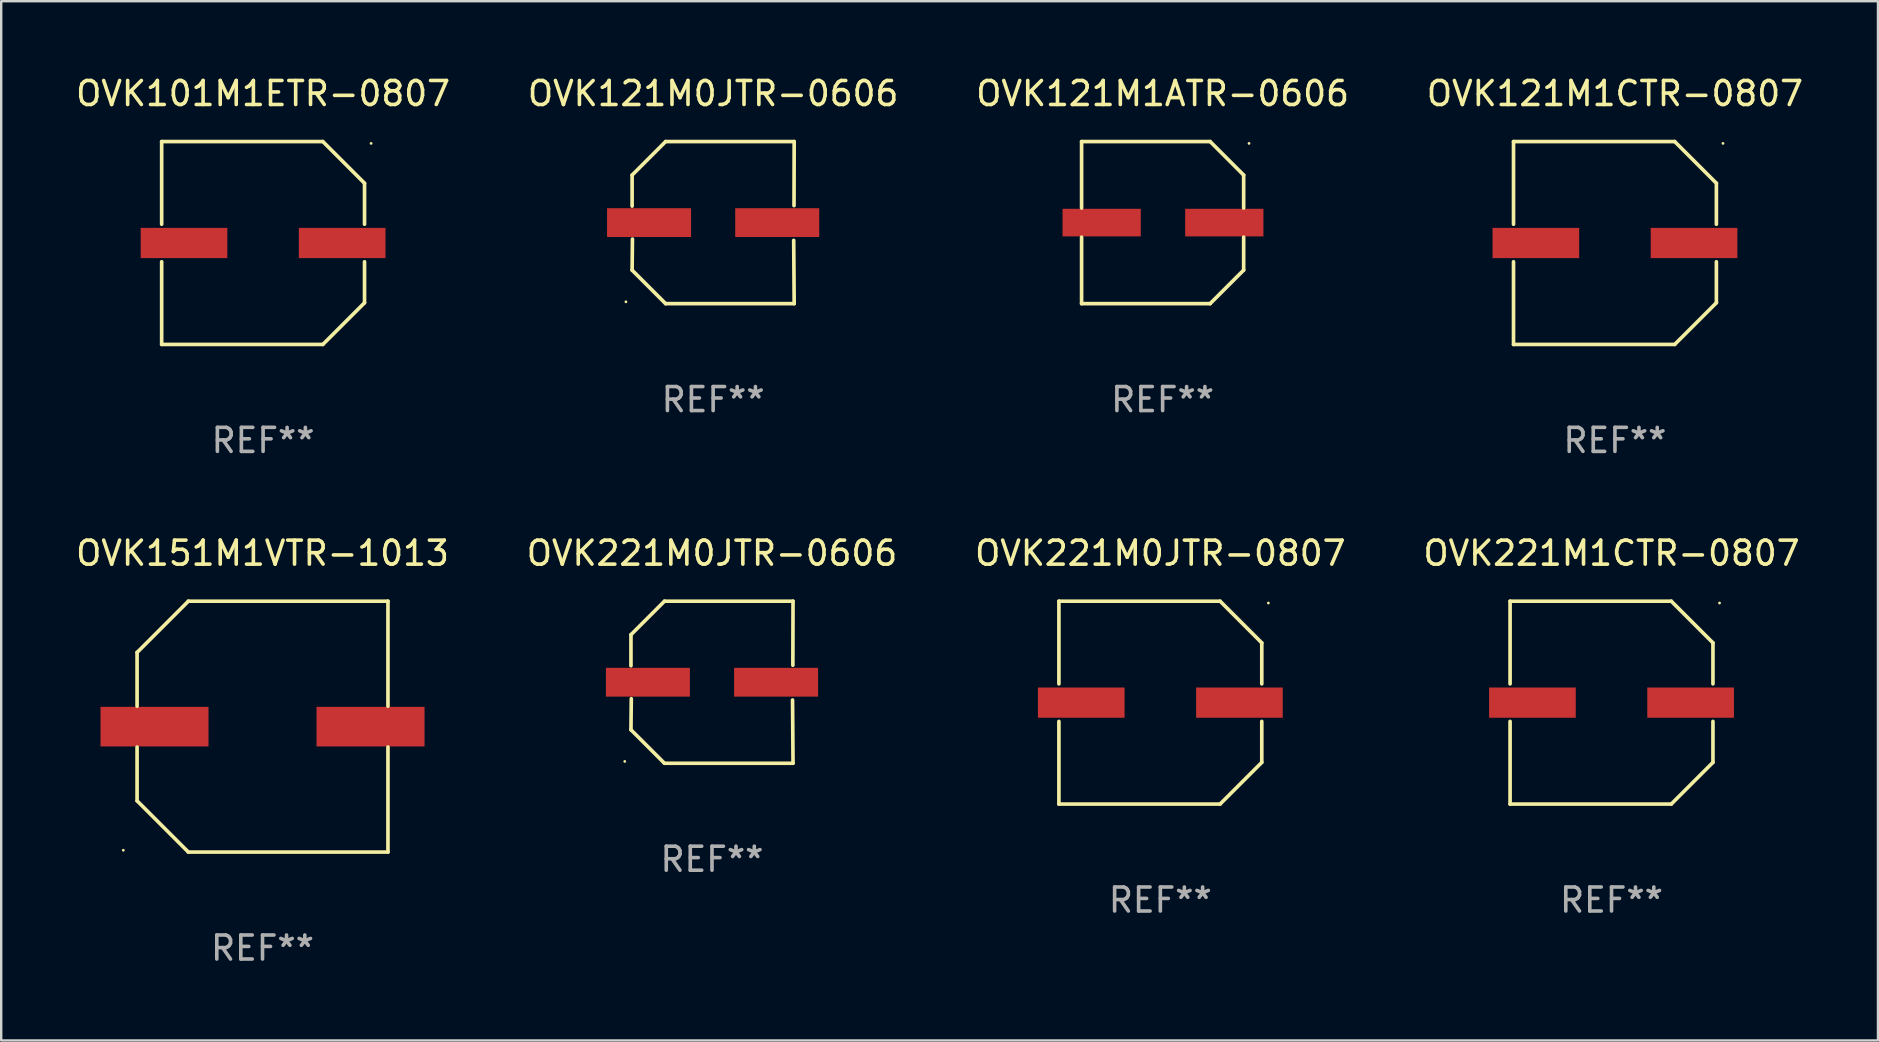
<source format=kicad_pcb>
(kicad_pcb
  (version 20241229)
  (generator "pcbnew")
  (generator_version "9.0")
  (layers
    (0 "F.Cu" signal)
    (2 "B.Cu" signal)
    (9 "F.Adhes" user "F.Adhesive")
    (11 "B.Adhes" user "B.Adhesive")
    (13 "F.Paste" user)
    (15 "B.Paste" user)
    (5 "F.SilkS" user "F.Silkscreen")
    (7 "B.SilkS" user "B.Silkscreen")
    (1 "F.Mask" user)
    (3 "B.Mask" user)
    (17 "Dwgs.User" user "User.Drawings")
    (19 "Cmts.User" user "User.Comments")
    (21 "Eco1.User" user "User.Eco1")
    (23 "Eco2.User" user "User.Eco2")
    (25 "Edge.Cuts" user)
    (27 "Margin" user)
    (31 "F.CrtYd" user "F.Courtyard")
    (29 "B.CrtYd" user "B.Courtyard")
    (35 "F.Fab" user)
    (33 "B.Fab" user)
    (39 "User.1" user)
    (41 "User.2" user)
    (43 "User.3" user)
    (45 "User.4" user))
  (footprint "OVK221M0JTR-0807"
    (layer "F.Cu")
    (at 45.292 26.223)
    (property "Reference" "OVK221M0JTR-0807" (at 0 -6.226 0) (layer "F.SilkS") (effects (font (size 1 1) (thickness 0.15))))
    (attr through_hole)
    (fp_line (start -4.226 -4.226) (end 2.49 -4.226) (stroke (width 0.152) (type solid)) (layer "F.SilkS"))
    (fp_line (start -4.226 -0.782) (end -4.226 -4.226) (stroke (width 0.152) (type solid)) (layer "F.SilkS"))
    (fp_line (start -4.226 0.782) (end -4.226 4.226) (stroke (width 0.152) (type solid)) (layer "F.SilkS"))
    (fp_line (start -4.226 4.226) (end 2.49 4.226) (stroke (width 0.152) (type solid)) (layer "F.SilkS"))
    (fp_line (start 2.49 -4.226) (end 4.226 -2.49) (stroke (width 0.152) (type solid)) (layer "F.SilkS"))
    (fp_line (start 2.49 4.226) (end 4.226 2.49) (stroke (width 0.152) (type solid)) (layer "F.SilkS"))
    (fp_line (start 4.226 -2.49) (end 4.226 -0.782) (stroke (width 0.152) (type solid)) (layer "F.SilkS"))
    (fp_line (start 4.226 2.49) (end 4.226 0.782) (stroke (width 0.152) (type solid)) (layer "F.SilkS"))
    (fp_circle (center 4.5 -4.15) (end 4.53 -4.15) (stroke (width 0.06) (type solid)) (fill no) (layer "F.SilkS"))
    (fp_text user "REF**" (at 0 8.226 0) (layer "F.Fab") (effects (font (size 1 1) (thickness 0.15))))
    (pad "1" smd rect (at 3.295 0 180) (size 3.61 1.26) (layers "F.Cu" "F.Mask" "F.Paste"))
    (pad "2" smd rect (at -3.295 0 180) (size 3.61 1.26) (layers "F.Cu" "F.Mask" "F.Paste")))
  (footprint "OVK121M0JTR-0606"
    (layer "F.Cu")
    (at 26.661 6.224)
    (property "Reference" "OVK121M0JTR-0606" (at 0 -5.376 0) (layer "F.SilkS") (effects (font (size 1 1) (thickness 0.15))))
    (attr through_hole)
    (fp_line (start -3.376 -1.98) (end -3.376 -0.686) (stroke (width 0.152) (type solid)) (layer "F.SilkS"))
    (fp_line (start -3.376 1.981) (end -3.362 0.686) (stroke (width 0.152) (type solid)) (layer "F.SilkS"))
    (fp_line (start -1.981 3.376) (end -3.376 1.981) (stroke (width 0.152) (type solid)) (layer "F.SilkS"))
    (fp_line (start -1.98 -3.376) (end -3.376 -1.98) (stroke (width 0.152) (type solid)) (layer "F.SilkS"))
    (fp_line (start 3.356 0.74) (end 3.376 3.376) (stroke (width 0.152) (type solid)) (layer "F.SilkS"))
    (fp_line (start 3.369 -0.707) (end 3.376 -3.376) (stroke (width 0.152) (type solid)) (layer "F.SilkS"))
    (fp_line (start 3.376 3.376) (end -1.981 3.376) (stroke (width 0.152) (type solid)) (layer "F.SilkS"))
    (fp_line (start 3.376 -3.376) (end -1.98 -3.376) (stroke (width 0.152) (type solid)) (layer "F.SilkS"))
    (fp_circle (center -3.634 3.3) (end -3.604 3.3) (stroke (width 0.06) (type solid)) (fill no) (layer "F.SilkS"))
    (fp_text user "REF**" (at 0 7.376 0) (layer "F.Fab") (effects (font (size 1 1) (thickness 0.15))))
    (pad "1" smd rect (at -2.67 0.000254) (size 3.5 1.2) (layers "F.Cu" "F.Mask" "F.Paste"))
    (pad "2" smd rect (at 2.67 0.000254) (size 3.5 1.2) (layers "F.Cu" "F.Mask" "F.Paste")))
  (footprint "OVK121M1CTR-0807"
    (layer "F.Cu")
    (at 64.232 7.074)
    (property "Reference" "OVK121M1CTR-0807" (at 0 -6.226 0) (layer "F.SilkS") (effects (font (size 1 1) (thickness 0.15))))
    (attr through_hole)
    (fp_line (start -4.226 -4.226) (end 2.49 -4.226) (stroke (width 0.152) (type solid)) (layer "F.SilkS"))
    (fp_line (start -4.226 -0.782) (end -4.226 -4.226) (stroke (width 0.152) (type solid)) (layer "F.SilkS"))
    (fp_line (start -4.226 0.782) (end -4.226 4.226) (stroke (width 0.152) (type solid)) (layer "F.SilkS"))
    (fp_line (start -4.226 4.226) (end 2.49 4.226) (stroke (width 0.152) (type solid)) (layer "F.SilkS"))
    (fp_line (start 2.49 -4.226) (end 4.226 -2.49) (stroke (width 0.152) (type solid)) (layer "F.SilkS"))
    (fp_line (start 2.49 4.226) (end 4.226 2.49) (stroke (width 0.152) (type solid)) (layer "F.SilkS"))
    (fp_line (start 4.226 -2.49) (end 4.226 -0.782) (stroke (width 0.152) (type solid)) (layer "F.SilkS"))
    (fp_line (start 4.226 2.49) (end 4.226 0.782) (stroke (width 0.152) (type solid)) (layer "F.SilkS"))
    (fp_circle (center 4.5 -4.15) (end 4.53 -4.15) (stroke (width 0.06) (type solid)) (fill no) (layer "F.SilkS"))
    (fp_text user "REF**" (at 0 8.226 0) (layer "F.Fab") (effects (font (size 1 1) (thickness 0.15))))
    (pad "1" smd rect (at 3.295 0 180) (size 3.61 1.26) (layers "F.Cu" "F.Mask" "F.Paste"))
    (pad "2" smd rect (at -3.295 0 180) (size 3.61 1.26) (layers "F.Cu" "F.Mask" "F.Paste")))
  (footprint "OVK101M1ETR-0807"
    (layer "F.Cu")
    (at 7.911 7.074)
    (property "Reference" "OVK101M1ETR-0807" (at 0 -6.226 0) (layer "F.SilkS") (effects (font (size 1 1) (thickness 0.15))))
    (attr through_hole)
    (fp_line (start -4.226 -4.226) (end 2.49 -4.226) (stroke (width 0.152) (type solid)) (layer "F.SilkS"))
    (fp_line (start -4.226 -0.782) (end -4.226 -4.226) (stroke (width 0.152) (type solid)) (layer "F.SilkS"))
    (fp_line (start -4.226 0.782) (end -4.226 4.226) (stroke (width 0.152) (type solid)) (layer "F.SilkS"))
    (fp_line (start -4.226 4.226) (end 2.49 4.226) (stroke (width 0.152) (type solid)) (layer "F.SilkS"))
    (fp_line (start 2.49 -4.226) (end 4.226 -2.49) (stroke (width 0.152) (type solid)) (layer "F.SilkS"))
    (fp_line (start 2.49 4.226) (end 4.226 2.49) (stroke (width 0.152) (type solid)) (layer "F.SilkS"))
    (fp_line (start 4.226 -2.49) (end 4.226 -0.782) (stroke (width 0.152) (type solid)) (layer "F.SilkS"))
    (fp_line (start 4.226 2.49) (end 4.226 0.782) (stroke (width 0.152) (type solid)) (layer "F.SilkS"))
    (fp_circle (center 4.5 -4.15) (end 4.53 -4.15) (stroke (width 0.06) (type solid)) (fill no) (layer "F.SilkS"))
    (fp_text user "REF**" (at 0 8.226 0) (layer "F.Fab") (effects (font (size 1 1) (thickness 0.15))))
    (pad "1" smd rect (at 3.295 0 180) (size 3.61 1.26) (layers "F.Cu" "F.Mask" "F.Paste"))
    (pad "2" smd rect (at -3.295 0 180) (size 3.61 1.26) (layers "F.Cu" "F.Mask" "F.Paste")))
  (footprint "OVK151M1VTR-1013"
    (layer "F.Cu")
    (at 7.887 27.223)
    (property "Reference" "OVK151M1VTR-1013" (at 0 -7.226 0) (layer "F.SilkS") (effects (font (size 1 1) (thickness 0.15))))
    (attr through_hole)
    (fp_line (start -5.226 -3.09) (end -5.226 -0.852) (stroke (width 0.152) (type solid)) (layer "F.SilkS"))
    (fp_line (start -5.226 3.09) (end -5.226 0.852) (stroke (width 0.152) (type solid)) (layer "F.SilkS"))
    (fp_line (start -3.09 -5.226) (end -5.226 -3.09) (stroke (width 0.152) (type solid)) (layer "F.SilkS"))
    (fp_line (start -3.09 5.226) (end -5.226 3.09) (stroke (width 0.152) (type solid)) (layer "F.SilkS"))
    (fp_line (start 5.226 -5.226) (end -3.09 -5.226) (stroke (width 0.152) (type solid)) (layer "F.SilkS"))
    (fp_line (start 5.226 -0.852) (end 5.226 -5.226) (stroke (width 0.152) (type solid)) (layer "F.SilkS"))
    (fp_line (start 5.226 0.852) (end 5.226 5.226) (stroke (width 0.152) (type solid)) (layer "F.SilkS"))
    (fp_line (start 5.226 5.226) (end -3.09 5.226) (stroke (width 0.152) (type solid)) (layer "F.SilkS"))
    (fp_circle (center -5.8 5.15) (end -5.77 5.15) (stroke (width 0.06) (type solid)) (fill no) (layer "F.SilkS"))
    (fp_text user "REF**" (at 0 9.226 0) (layer "F.Fab") (effects (font (size 1 1) (thickness 0.15))))
    (pad "1" smd rect (at -4.5 0) (size 4.5 1.65) (layers "F.Cu" "F.Mask" "F.Paste"))
    (pad "2" smd rect (at 4.5 0) (size 4.5 1.65) (layers "F.Cu" "F.Mask" "F.Paste")))
  (footprint "OVK121M1ATR-0606"
    (layer "F.Cu")
    (at 45.387 6.224)
    (property "Reference" "OVK121M1ATR-0606" (at 0 -5.376 0) (layer "F.SilkS") (effects (font (size 1 1) (thickness 0.15))))
    (attr through_hole)
    (fp_line (start -3.376 -3.376) (end 1.98 -3.376) (stroke (width 0.152) (type solid)) (layer "F.SilkS"))
    (fp_line (start -3.376 -0.607) (end -3.376 -3.376) (stroke (width 0.152) (type solid)) (layer "F.SilkS"))
    (fp_line (start -3.376 0.607) (end -3.376 3.376) (stroke (width 0.152) (type solid)) (layer "F.SilkS"))
    (fp_line (start -3.376 3.376) (end 1.98 3.376) (stroke (width 0.152) (type solid)) (layer "F.SilkS"))
    (fp_line (start 1.98 -3.376) (end 3.376 -1.98) (stroke (width 0.152) (type solid)) (layer "F.SilkS"))
    (fp_line (start 1.98 3.376) (end 3.376 1.98) (stroke (width 0.152) (type solid)) (layer "F.SilkS"))
    (fp_line (start 3.376 -1.98) (end 3.376 -0.607) (stroke (width 0.152) (type solid)) (layer "F.SilkS"))
    (fp_line (start 3.376 1.98) (end 3.376 0.607) (stroke (width 0.152) (type solid)) (layer "F.SilkS"))
    (fp_circle (center 3.6 -3.3) (end 3.63 -3.3) (stroke (width 0.06) (type solid)) (fill no) (layer "F.SilkS"))
    (fp_text user "REF**" (at 0 7.376 0) (layer "F.Fab") (effects (font (size 1 1) (thickness 0.15))))
    (pad "1" smd rect (at 2.57 0 180) (size 3.26 1.15) (layers "F.Cu" "F.Mask" "F.Paste"))
    (pad "2" smd rect (at -2.54 0 180) (size 3.26 1.15) (layers "F.Cu" "F.Mask" "F.Paste")))
  (footprint "OVK221M0JTR-0606"
    (layer "F.Cu")
    (at 26.613 25.373)
    (property "Reference" "OVK221M0JTR-0606" (at 0 -5.376 0) (layer "F.SilkS") (effects (font (size 1 1) (thickness 0.15))))
    (attr through_hole)
    (fp_line (start -3.376 -1.98) (end -3.376 -0.686) (stroke (width 0.152) (type solid)) (layer "F.SilkS"))
    (fp_line (start -3.376 1.981) (end -3.362 0.686) (stroke (width 0.152) (type solid)) (layer "F.SilkS"))
    (fp_line (start -1.981 3.376) (end -3.376 1.981) (stroke (width 0.152) (type solid)) (layer "F.SilkS"))
    (fp_line (start -1.98 -3.376) (end -3.376 -1.98) (stroke (width 0.152) (type solid)) (layer "F.SilkS"))
    (fp_line (start 3.356 0.74) (end 3.376 3.376) (stroke (width 0.152) (type solid)) (layer "F.SilkS"))
    (fp_line (start 3.369 -0.707) (end 3.376 -3.376) (stroke (width 0.152) (type solid)) (layer "F.SilkS"))
    (fp_line (start 3.376 3.376) (end -1.981 3.376) (stroke (width 0.152) (type solid)) (layer "F.SilkS"))
    (fp_line (start 3.376 -3.376) (end -1.98 -3.376) (stroke (width 0.152) (type solid)) (layer "F.SilkS"))
    (fp_circle (center -3.634 3.3) (end -3.604 3.3) (stroke (width 0.06) (type solid)) (fill no) (layer "F.SilkS"))
    (fp_text user "REF**" (at 0 7.376 0) (layer "F.Fab") (effects (font (size 1 1) (thickness 0.15))))
    (pad "1" smd rect (at -2.67 0.000254) (size 3.5 1.2) (layers "F.Cu" "F.Mask" "F.Paste"))
    (pad "2" smd rect (at 2.67 0.000254) (size 3.5 1.2) (layers "F.Cu" "F.Mask" "F.Paste")))
  (footprint "OVK221M1CTR-0807"
    (layer "F.Cu")
    (at 64.089 26.223)
    (property "Reference" "OVK221M1CTR-0807" (at 0 -6.226 0) (layer "F.SilkS") (effects (font (size 1 1) (thickness 0.15))))
    (attr through_hole)
    (fp_line (start -4.226 -4.226) (end 2.49 -4.226) (stroke (width 0.152) (type solid)) (layer "F.SilkS"))
    (fp_line (start -4.226 -0.782) (end -4.226 -4.226) (stroke (width 0.152) (type solid)) (layer "F.SilkS"))
    (fp_line (start -4.226 0.782) (end -4.226 4.226) (stroke (width 0.152) (type solid)) (layer "F.SilkS"))
    (fp_line (start -4.226 4.226) (end 2.49 4.226) (stroke (width 0.152) (type solid)) (layer "F.SilkS"))
    (fp_line (start 2.49 -4.226) (end 4.226 -2.49) (stroke (width 0.152) (type solid)) (layer "F.SilkS"))
    (fp_line (start 2.49 4.226) (end 4.226 2.49) (stroke (width 0.152) (type solid)) (layer "F.SilkS"))
    (fp_line (start 4.226 -2.49) (end 4.226 -0.782) (stroke (width 0.152) (type solid)) (layer "F.SilkS"))
    (fp_line (start 4.226 2.49) (end 4.226 0.782) (stroke (width 0.152) (type solid)) (layer "F.SilkS"))
    (fp_circle (center 4.5 -4.15) (end 4.53 -4.15) (stroke (width 0.06) (type solid)) (fill no) (layer "F.SilkS"))
    (fp_text user "REF**" (at 0 8.226 0) (layer "F.Fab") (effects (font (size 1 1) (thickness 0.15))))
    (pad "1" smd rect (at 3.295 0 180) (size 3.61 1.26) (layers "F.Cu" "F.Mask" "F.Paste"))
    (pad "2" smd rect (at -3.295 0 180) (size 3.61 1.26) (layers "F.Cu" "F.Mask" "F.Paste")))
  (gr_rect
    (start -3 -3)
    (end 75.19 40.298)
    (stroke (width 0.1) (type default))
    (fill no)
    (layer "Edge.Cuts")))
</source>
